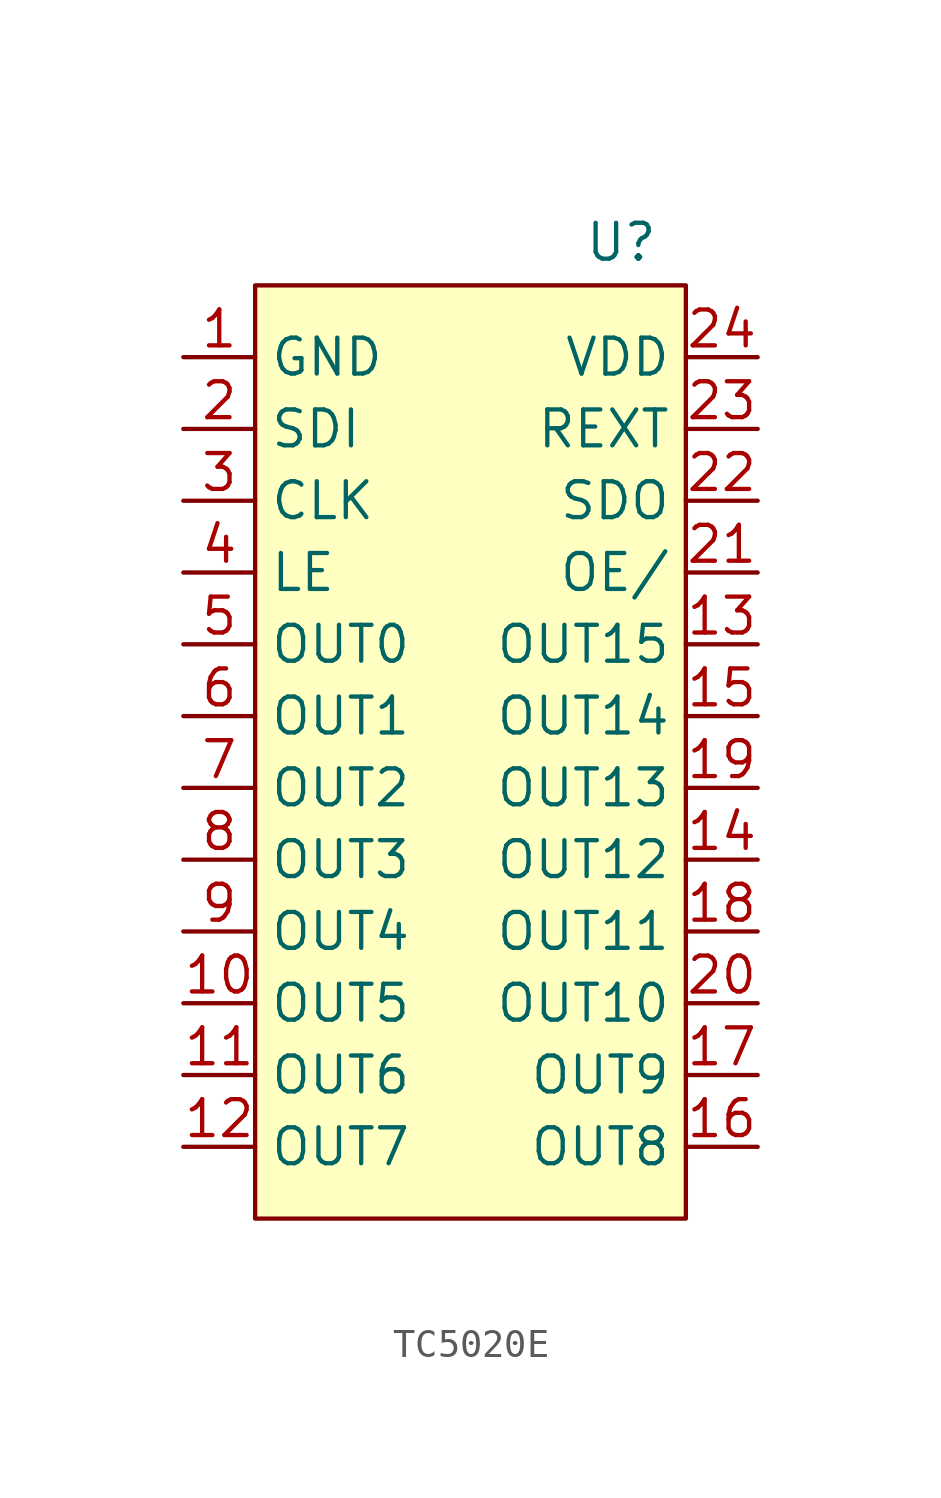
<source format=kicad_sym>
(kicad_symbol_lib
  (version 20231120)
  (generator "kicad_symbol_editor")
  (generator_version "8.0")
  (symbol "TC5020E"
    (property "Reference" "U"
      (at 5.334 18.034 0)
      (effects (font (size 1.27 1.27))))
    (symbol "TC5020E_1_1"
      (rectangle (start -7.62 16.51) (end 7.62 -16.51) (stroke (width 0) (type default)) (fill (type background)))
      (pin power_in line (at -10.16 13.97 0) (length 2.54) (name "GND" (effects (font (size 1.27 1.27)))) (number "1" (effects (font (size 1.27 1.27)))))
      (pin output line (at -10.16 -8.89 0) (length 2.54) (name "OUT5" (effects (font (size 1.27 1.27)))) (number "10" (effects (font (size 1.27 1.27)))))
      (pin output line (at -10.16 -11.43 0) (length 2.54) (name "OUT6" (effects (font (size 1.27 1.27)))) (number "11" (effects (font (size 1.27 1.27)))))
      (pin output line (at -10.16 -13.97 0) (length 2.54) (name "OUT7" (effects (font (size 1.27 1.27)))) (number "12" (effects (font (size 1.27 1.27)))))
      (pin output line (at 10.16 3.81 180) (length 2.54) (name "OUT15" (effects (font (size 1.27 1.27)))) (number "13" (effects (font (size 1.27 1.27)))))
      (pin output line (at 10.16 -3.81 180) (length 2.54) (name "OUT12" (effects (font (size 1.27 1.27)))) (number "14" (effects (font (size 1.27 1.27)))))
      (pin output line (at 10.16 1.27 180) (length 2.54) (name "OUT14" (effects (font (size 1.27 1.27)))) (number "15" (effects (font (size 1.27 1.27)))))
      (pin output line (at 10.16 -13.97 180) (length 2.54) (name "OUT8" (effects (font (size 1.27 1.27)))) (number "16" (effects (font (size 1.27 1.27)))))
      (pin output line (at 10.16 -11.43 180) (length 2.54) (name "OUT9" (effects (font (size 1.27 1.27)))) (number "17" (effects (font (size 1.27 1.27)))))
      (pin output line (at 10.16 -6.35 180) (length 2.54) (name "OUT11" (effects (font (size 1.27 1.27)))) (number "18" (effects (font (size 1.27 1.27)))))
      (pin output line (at 10.16 -1.27 180) (length 2.54) (name "OUT13" (effects (font (size 1.27 1.27)))) (number "19" (effects (font (size 1.27 1.27)))))
      (pin input line (at -10.16 11.43 0) (length 2.54) (name "SDI" (effects (font (size 1.27 1.27)))) (number "2" (effects (font (size 1.27 1.27)))))
      (pin output line (at 10.16 -8.89 180) (length 2.54) (name "OUT10" (effects (font (size 1.27 1.27)))) (number "20" (effects (font (size 1.27 1.27)))))
      (pin input line (at 10.16 6.35 180) (length 2.54) (name "OE/" (effects (font (size 1.27 1.27)))) (number "21" (effects (font (size 1.27 1.27)))))
      (pin input line (at 10.16 8.89 180) (length 2.54) (name "SDO" (effects (font (size 1.27 1.27)))) (number "22" (effects (font (size 1.27 1.27)))))
      (pin passive line (at 10.16 11.43 180) (length 2.54) (name "REXT" (effects (font (size 1.27 1.27)))) (number "23" (effects (font (size 1.27 1.27)))))
      (pin power_in line (at 10.16 13.97 180) (length 2.54) (name "VDD" (effects (font (size 1.27 1.27)))) (number "24" (effects (font (size 1.27 1.27)))))
      (pin input line (at -10.16 8.89 0) (length 2.54) (name "CLK" (effects (font (size 1.27 1.27)))) (number "3" (effects (font (size 1.27 1.27)))))
      (pin input line (at -10.16 6.35 0) (length 2.54) (name "LE" (effects (font (size 1.27 1.27)))) (number "4" (effects (font (size 1.27 1.27)))))
      (pin output line (at -10.16 3.81 0) (length 2.54) (name "OUT0" (effects (font (size 1.27 1.27)))) (number "5" (effects (font (size 1.27 1.27)))))
      (pin output line (at -10.16 1.27 0) (length 2.54) (name "OUT1" (effects (font (size 1.27 1.27)))) (number "6" (effects (font (size 1.27 1.27)))))
      (pin output line (at -10.16 -1.27 0) (length 2.54) (name "OUT2" (effects (font (size 1.27 1.27)))) (number "7" (effects (font (size 1.27 1.27)))))
      (pin output line (at -10.16 -3.81 0) (length 2.54) (name "OUT3" (effects (font (size 1.27 1.27)))) (number "8" (effects (font (size 1.27 1.27)))))
      (pin output line (at -10.16 -6.35 0) (length 2.54) (name "OUT4" (effects (font (size 1.27 1.27)))) (number "9" (effects (font (size 1.27 1.27))))))))
</source>
